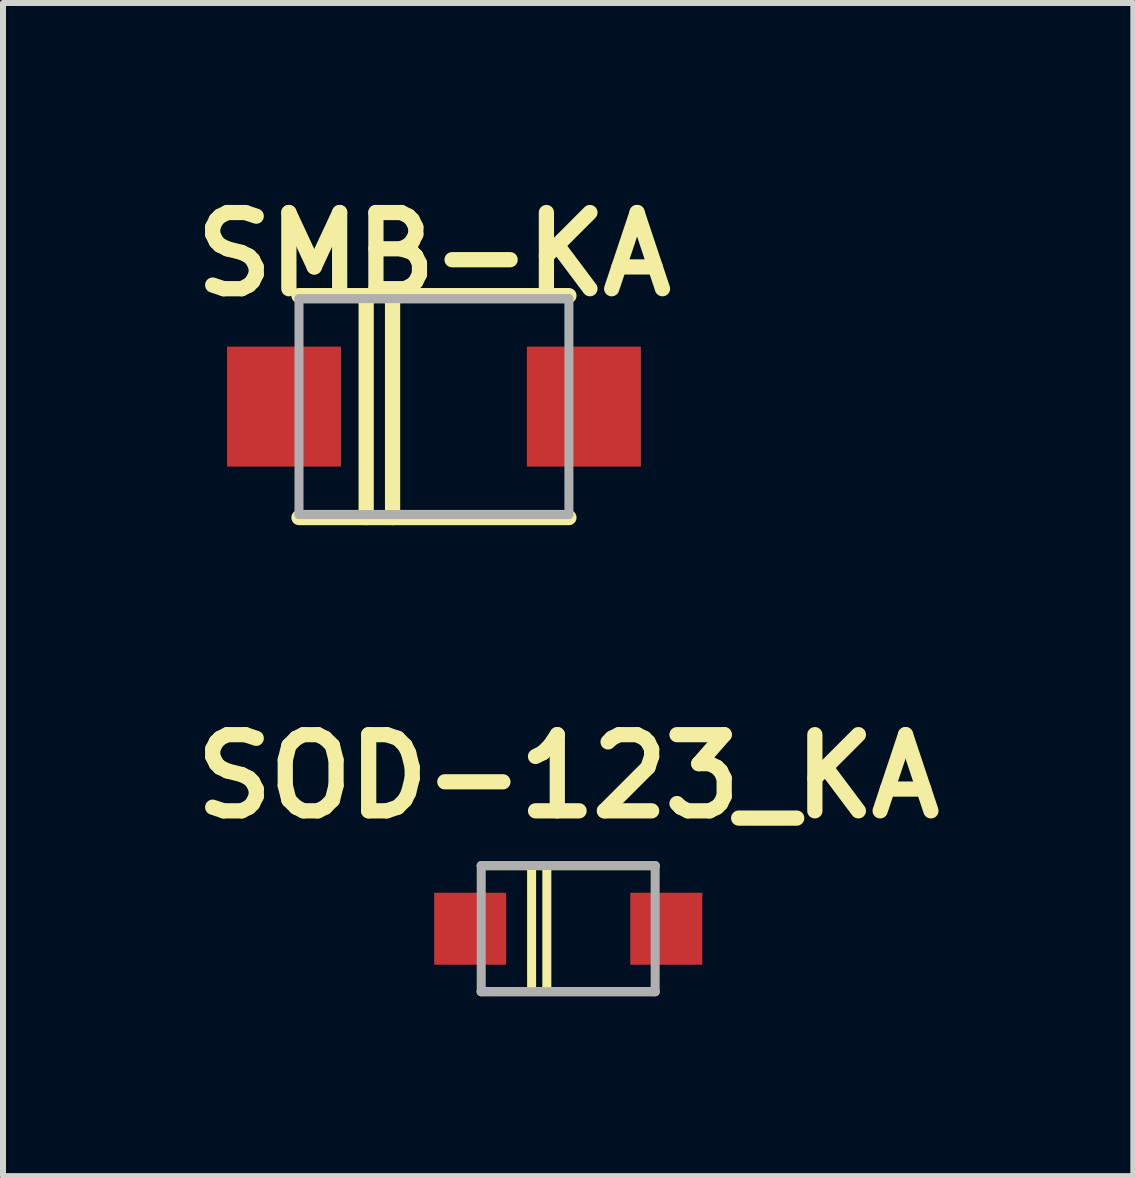
<source format=kicad_pcb>
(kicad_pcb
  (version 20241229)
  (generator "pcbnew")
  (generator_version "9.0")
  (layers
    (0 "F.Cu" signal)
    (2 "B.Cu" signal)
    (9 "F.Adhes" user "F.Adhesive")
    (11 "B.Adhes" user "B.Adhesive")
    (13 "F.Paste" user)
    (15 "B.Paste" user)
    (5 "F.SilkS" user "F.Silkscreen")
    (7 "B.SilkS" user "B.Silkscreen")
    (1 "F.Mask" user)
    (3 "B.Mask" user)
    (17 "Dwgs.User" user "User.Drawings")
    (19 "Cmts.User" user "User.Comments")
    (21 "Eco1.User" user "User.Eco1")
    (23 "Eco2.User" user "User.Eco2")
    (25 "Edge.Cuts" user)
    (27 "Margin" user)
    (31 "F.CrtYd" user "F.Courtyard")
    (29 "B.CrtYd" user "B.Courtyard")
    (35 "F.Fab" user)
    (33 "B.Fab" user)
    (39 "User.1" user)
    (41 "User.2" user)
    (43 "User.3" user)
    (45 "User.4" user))
  (footprint "SMB-KA"
    (layer "F.Cu")
    (at 4.185 3.729)
    (property "Reference" "SMB-KA" (at 0 -2.54 0) (layer "F.SilkS") (effects (font (size 1.27 1.27) (thickness 0.254))))
    (attr through_hole)
    (fp_line (start -2.25 1.85) (end 2.25 1.85) (stroke (width 0.254) (type solid)) (layer "F.SilkS"))
    (fp_line (start -1.13 -1.85) (end -1.13 1.85) (stroke (width 0.254) (type solid)) (layer "F.SilkS"))
    (fp_line (start -0.69 -1.85) (end -0.69 1.85) (stroke (width 0.254) (type solid)) (layer "F.SilkS"))
    (fp_line (start 2.25 -1.85) (end -2.25 -1.85) (stroke (width 0.254) (type solid)) (layer "F.SilkS"))
    (fp_line (start -2.25 -1.8) (end 2.25 -1.8) (stroke (width 0.15) (type solid)) (layer "F.Fab"))
    (fp_line (start -2.25 1.8) (end -2.25 -1.8) (stroke (width 0.15) (type solid)) (layer "F.Fab"))
    (fp_line (start 2.25 -1.8) (end 2.25 1.8) (stroke (width 0.15) (type solid)) (layer "F.Fab"))
    (fp_line (start 2.25 1.8) (end -2.25 1.8) (stroke (width 0.15) (type solid)) (layer "F.Fab"))
    (pad "1" smd rect (at -2.5 0) (size 1.9 2) (layers "F.Cu" "F.Mask" "F.Paste"))
    (pad "2" smd rect (at 2.5 0) (size 1.9 2) (layers "F.Cu" "F.Mask" "F.Paste")))
  (footprint "SOD-123_KA"
    (layer "F.Cu")
    (at 6.423 12.434)
    (property "Reference" "SOD-123_KA" (at 0 -2.54 0) (layer "F.SilkS") (effects (font (size 1.27 1.27) (thickness 0.254))))
    (attr through_hole)
    (fp_line (start -1.45 -1.05) (end 1.45 -1.05) (stroke (width 0.15) (type solid)) (layer "F.SilkS"))
    (fp_line (start -0.61 -1.016) (end -0.61 1.016) (stroke (width 0.15) (type solid)) (layer "F.SilkS"))
    (fp_line (start -0.356 -1.016) (end -0.356 0.965) (stroke (width 0.15) (type solid)) (layer "F.SilkS"))
    (fp_line (start 1.45 1.05) (end -1.45 1.05) (stroke (width 0.15) (type solid)) (layer "F.SilkS"))
    (fp_line (start -1.45 -1.054) (end 1.45 -1.054) (stroke (width 0.15) (type solid)) (layer "F.Fab"))
    (fp_line (start -1.45 1.05) (end -1.45 -1.05) (stroke (width 0.15) (type solid)) (layer "F.Fab"))
    (fp_line (start 1.448 1.05) (end -1.452 1.05) (stroke (width 0.15) (type solid)) (layer "F.Fab"))
    (fp_line (start 1.45 -1.05) (end 1.45 1.05) (stroke (width 0.15) (type solid)) (layer "F.Fab"))
    (pad "1" smd rect (at -1.635 0) (size 1.2 1.2) (layers "F.Cu" "F.Mask" "F.Paste"))
    (pad "2" smd rect (at 1.635 0) (size 1.2 1.2) (layers "F.Cu" "F.Mask" "F.Paste")))
  (gr_rect
    (start -3 -3)
    (end 15.845 16.559)
    (stroke (width 0.1) (type default))
    (fill no)
    (layer "Edge.Cuts")))
</source>
